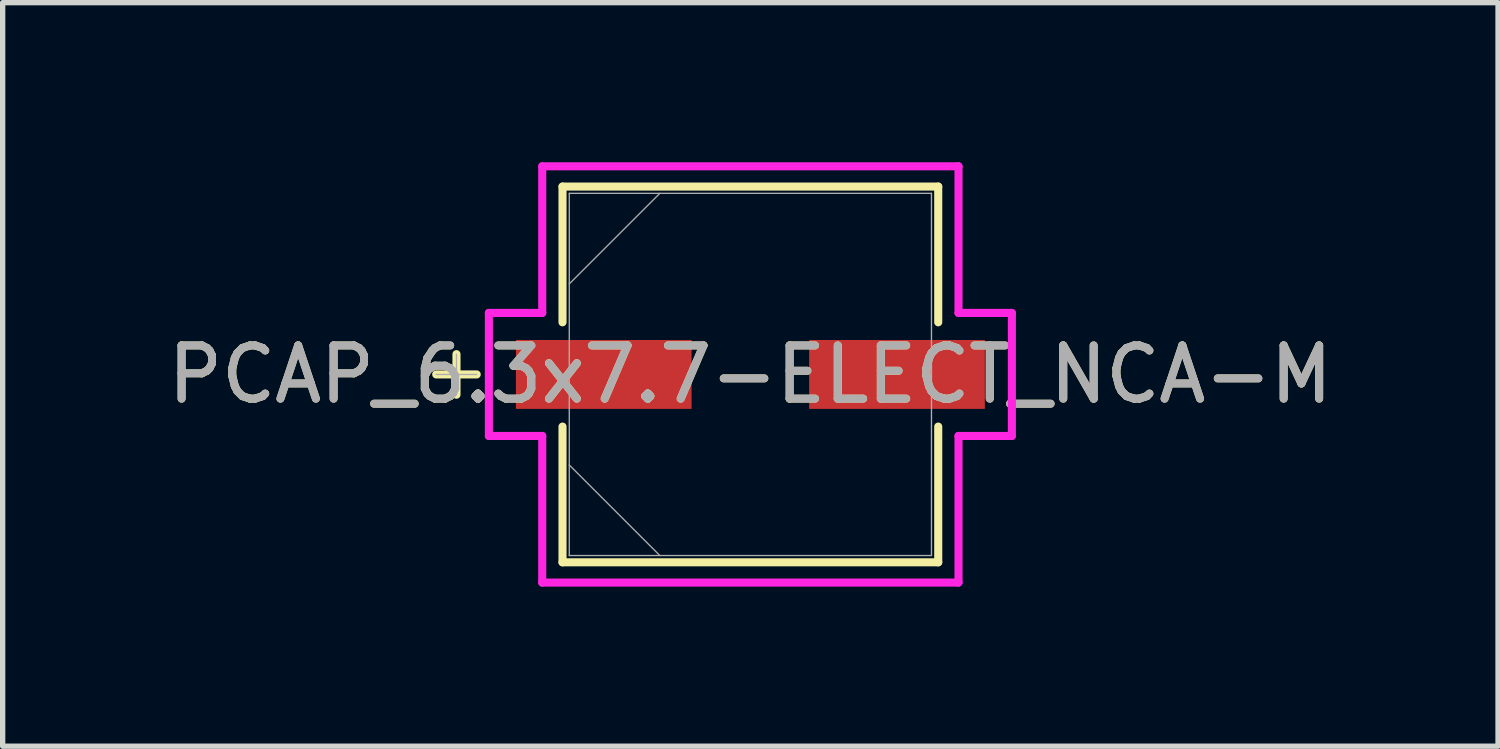
<source format=kicad_pcb>
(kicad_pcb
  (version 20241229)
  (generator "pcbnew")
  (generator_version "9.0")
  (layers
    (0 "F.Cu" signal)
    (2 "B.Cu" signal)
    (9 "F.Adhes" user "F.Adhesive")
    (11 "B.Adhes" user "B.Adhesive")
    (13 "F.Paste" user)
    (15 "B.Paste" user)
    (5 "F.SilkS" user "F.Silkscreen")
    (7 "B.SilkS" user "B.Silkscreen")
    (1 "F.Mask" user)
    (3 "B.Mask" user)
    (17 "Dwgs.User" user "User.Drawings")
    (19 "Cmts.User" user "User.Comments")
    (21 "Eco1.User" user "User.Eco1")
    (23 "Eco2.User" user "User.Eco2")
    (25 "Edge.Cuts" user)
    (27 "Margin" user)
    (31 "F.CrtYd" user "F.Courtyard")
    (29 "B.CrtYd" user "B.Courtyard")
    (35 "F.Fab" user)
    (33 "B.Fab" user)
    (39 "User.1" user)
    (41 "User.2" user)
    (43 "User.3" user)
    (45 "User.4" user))
  (footprint "PCAP_6.3x7.7-ELECT_NCA-M"
    (layer "F.Cu")
    (at 11.054 3.988)
    (property "Reference" "PCAP_6.3x7.7-ELECT_NCA-M" (at 0 0 0) (unlocked yes) (layer "F.SilkS") (effects (font (size 1 1) (thickness 0.15))))
    (attr smd)
    (fp_line (start -5.524 -0.381) (end -5.524 0.381) (stroke (width 0.152) (type solid)) (layer "F.SilkS"))
    (fp_line (start -5.144 0) (end -5.905 0) (stroke (width 0.152) (type solid)) (layer "F.SilkS"))
    (fp_line (start -3.531 -3.531) (end -3.531 -0.98) (stroke (width 0.152) (type solid)) (layer "F.SilkS"))
    (fp_line (start -3.531 0.98) (end -3.531 3.531) (stroke (width 0.152) (type solid)) (layer "F.SilkS"))
    (fp_line (start -3.531 3.531) (end 3.531 3.531) (stroke (width 0.152) (type solid)) (layer "F.SilkS"))
    (fp_line (start 3.531 -3.531) (end -3.531 -3.531) (stroke (width 0.152) (type solid)) (layer "F.SilkS"))
    (fp_line (start 3.531 -0.98) (end 3.531 -3.531) (stroke (width 0.152) (type solid)) (layer "F.SilkS"))
    (fp_line (start 3.531 3.531) (end 3.531 0.98) (stroke (width 0.152) (type solid)) (layer "F.SilkS"))
    (fp_line (start -4.915 -1.156) (end -3.912 -1.156) (stroke (width 0.152) (type solid)) (layer "F.CrtYd"))
    (fp_line (start -4.915 1.156) (end -4.915 -1.156) (stroke (width 0.152) (type solid)) (layer "F.CrtYd"))
    (fp_line (start -3.912 -3.912) (end 3.912 -3.912) (stroke (width 0.152) (type solid)) (layer "F.CrtYd"))
    (fp_line (start -3.912 -1.156) (end -3.912 -3.912) (stroke (width 0.152) (type solid)) (layer "F.CrtYd"))
    (fp_line (start -3.912 1.156) (end -4.915 1.156) (stroke (width 0.152) (type solid)) (layer "F.CrtYd"))
    (fp_line (start -3.912 3.912) (end -3.912 1.156) (stroke (width 0.152) (type solid)) (layer "F.CrtYd"))
    (fp_line (start 3.912 -3.912) (end 3.912 -1.156) (stroke (width 0.152) (type solid)) (layer "F.CrtYd"))
    (fp_line (start 3.912 -1.156) (end 4.915 -1.156) (stroke (width 0.152) (type solid)) (layer "F.CrtYd"))
    (fp_line (start 3.912 1.156) (end 3.912 3.912) (stroke (width 0.152) (type solid)) (layer "F.CrtYd"))
    (fp_line (start 3.912 3.912) (end -3.912 3.912) (stroke (width 0.152) (type solid)) (layer "F.CrtYd"))
    (fp_line (start 4.915 -1.156) (end 4.915 1.156) (stroke (width 0.152) (type solid)) (layer "F.CrtYd"))
    (fp_line (start 4.915 1.156) (end 3.912 1.156) (stroke (width 0.152) (type solid)) (layer "F.CrtYd"))
    (fp_line (start -5.524 -0.381) (end -5.524 0.381) (stroke (width 0.025) (type solid)) (layer "F.Fab"))
    (fp_line (start -5.144 0) (end -5.905 0) (stroke (width 0.025) (type solid)) (layer "F.Fab"))
    (fp_line (start -3.404 -3.404) (end -3.404 3.404) (stroke (width 0.025) (type solid)) (layer "F.Fab"))
    (fp_line (start -3.404 -1.702) (end -1.702 -3.404) (stroke (width 0.025) (type solid)) (layer "F.Fab"))
    (fp_line (start -3.404 1.702) (end -1.702 3.404) (stroke (width 0.025) (type solid)) (layer "F.Fab"))
    (fp_line (start -3.404 3.404) (end 3.404 3.404) (stroke (width 0.025) (type solid)) (layer "F.Fab"))
    (fp_line (start 3.404 -3.404) (end -3.404 -3.404) (stroke (width 0.025) (type solid)) (layer "F.Fab"))
    (fp_line (start 3.404 3.404) (end 3.404 -3.404) (stroke (width 0.025) (type solid)) (layer "F.Fab"))
    (fp_text user "${REFERENCE}" (at 0 0 0) (unlocked yes) (layer "F.Fab") (effects (font (size 1 1) (thickness 0.15))))
    (pad "1" smd rect (at -2.756 0) (size 3.302 1.295) (layers "F.Cu" "F.Mask" "F.Paste"))
    (pad "2" smd rect (at 2.756 0) (size 3.302 1.295) (layers "F.Cu" "F.Mask" "F.Paste"))
    (zone (net_name "") (layer "F.Cu") (hatch full 0.508) (connect_pads) (min_thickness 0.254) (filled_areas_thickness no) (keepout (tracks not_allowed) (vias not_allowed) (pads allowed) (copperpour not_allowed) (footprints allowed)) (placement (enabled no)) (fill) (polygon (pts (xy 7.701 0.635) (xy 14.406 0.635) (xy 14.406 3.289) (xy 7.701 3.289))))
    (zone (net_name "") (layer "F.Cu") (hatch full 0.508) (connect_pads) (min_thickness 0.254) (filled_areas_thickness no) (keepout (tracks not_allowed) (vias not_allowed) (pads allowed) (copperpour not_allowed) (footprints allowed)) (placement (enabled no)) (fill) (polygon (pts (xy 7.701 4.686) (xy 14.406 4.686) (xy 14.406 7.341) (xy 7.701 7.341))))
    (zone (net_name "") (layer "F.Cu") (hatch full 0.508) (connect_pads) (min_thickness 0.254) (filled_areas_thickness no) (keepout (tracks not_allowed) (vias not_allowed) (pads allowed) (copperpour not_allowed) (footprints allowed)) (placement (enabled no)) (fill) (polygon (pts (xy 9.999 3.289) (xy 12.108 3.289) (xy 12.108 4.686) (xy 9.999 4.686)))))
  (gr_rect
    (start -3 -3)
    (end 25.107 10.976)
    (stroke (width 0.1) (type default))
    (fill no)
    (layer "Edge.Cuts")))
</source>
